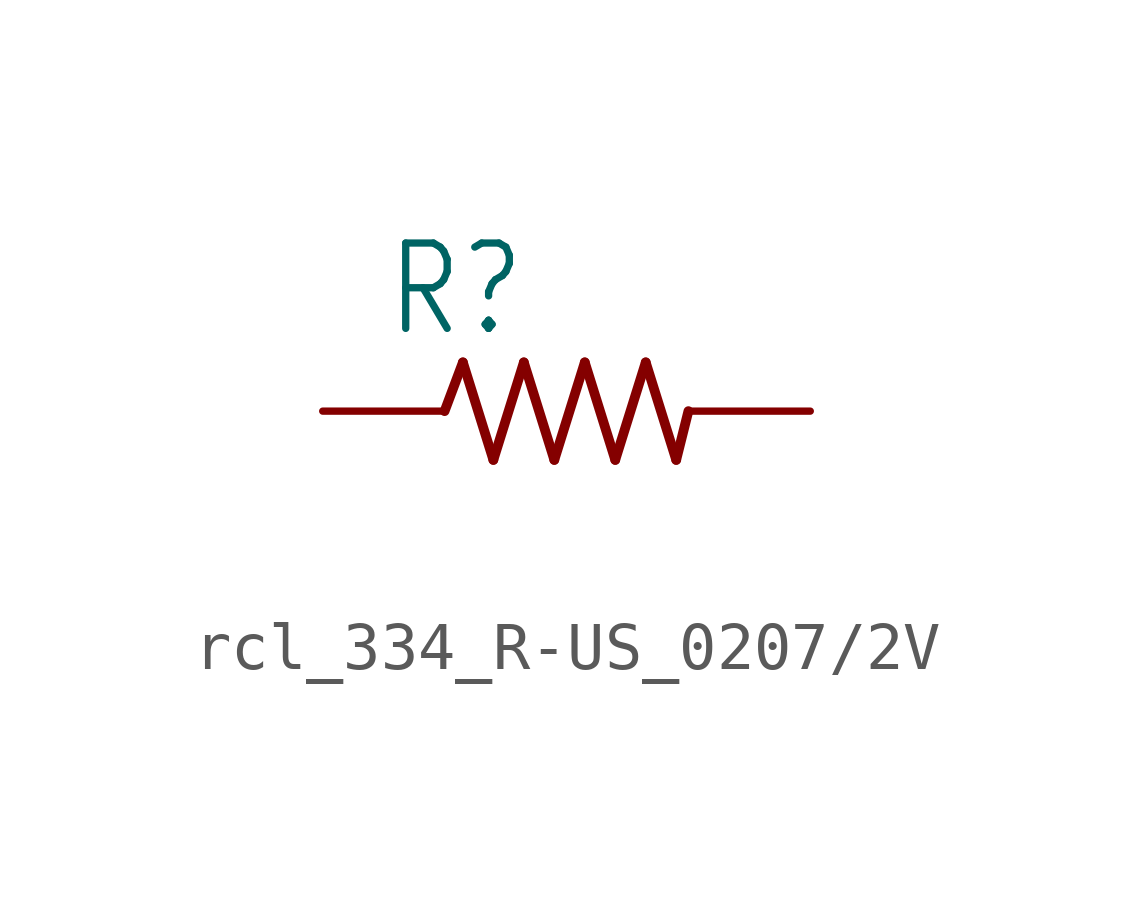
<source format=kicad_sym>
(kicad_symbol_lib
  (version 20241209)
  (generator "kicad_symbol_editor")
  (generator_version "9.0")
  (symbol "rcl_334_R-US_0207/2V"
    (property "Reference" "R"
      (at -3.81 1.499 0)
      (effects (font (size 1.778 1.511)) (justify left bottom)))
    (property "Value" ""
      (at -3.81 -3.302 0)
      (effects (font (size 1.778 1.511)) (justify left bottom)))
    (property "ki_locked" ""
      (at 0 0 0)
      (effects (font (size 1.27 1.27))))
    (symbol "rcl_334_R-US_0207/2V_1_0"
      (polyline (pts (xy -2.54 0) (xy -2.159 1.016)) (stroke (width 0.203) (type solid)) (fill (type none)))
      (polyline (pts (xy -2.159 1.016) (xy -1.524 -1.016)) (stroke (width 0.203) (type solid)) (fill (type none)))
      (polyline (pts (xy -1.524 -1.016) (xy -0.889 1.016)) (stroke (width 0.203) (type solid)) (fill (type none)))
      (polyline (pts (xy -0.889 1.016) (xy -0.254 -1.016)) (stroke (width 0.203) (type solid)) (fill (type none)))
      (polyline (pts (xy -0.254 -1.016) (xy 0.381 1.016)) (stroke (width 0.203) (type solid)) (fill (type none)))
      (polyline (pts (xy 0.381 1.016) (xy 1.016 -1.016)) (stroke (width 0.203) (type solid)) (fill (type none)))
      (polyline (pts (xy 1.016 -1.016) (xy 1.651 1.016)) (stroke (width 0.203) (type solid)) (fill (type none)))
      (polyline (pts (xy 1.651 1.016) (xy 2.286 -1.016)) (stroke (width 0.203) (type solid)) (fill (type none)))
      (polyline (pts (xy 2.286 -1.016) (xy 2.54 0)) (stroke (width 0.203) (type solid)) (fill (type none)))
      (pin passive line (at -5.08 0 0) (length 2.54) (name "1" (effects (font (size 0 0)))) (number "1" (effects (font (size 0 0)))))
      (pin passive line (at 5.08 0 180) (length 2.54) (name "2" (effects (font (size 0 0)))) (number "2" (effects (font (size 0 0))))))))
</source>
